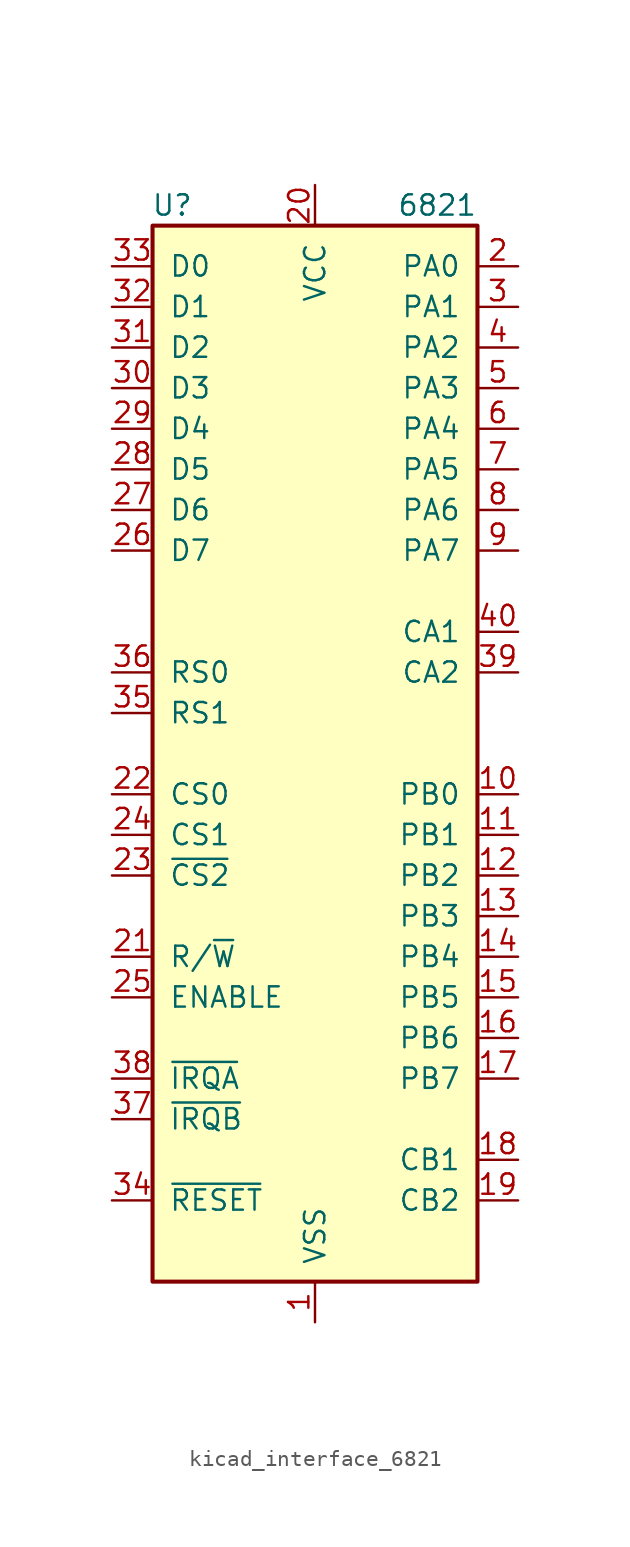
<source format=kicad_sym>
(kicad_symbol_lib
  (version 20220914)
  (generator kicad_symbol_editor)
  (symbol "kicad_interface_6821"
    (pin_names
      (offset 1.016))
    (property "Reference" "U"
      (at -7.62 34.29 0)
      (effects (font (size 1.27 1.27)) (justify right)))
    (property "Value" "6821"
      (at 10.16 34.29 0)
      (effects (font (size 1.27 1.27)) (justify right)))
    (symbol "kicad_interface_6821_0_1"
      (rectangle (start -10.16 -33.02) (end 10.16 33.02) (stroke (width 0.254) (type default)) (fill (type background))))
    (symbol "kicad_interface_6821_1_1"
      (pin power_in line (at 0 -35.56 90) (length 2.54) (name "VSS" (effects (font (size 1.27 1.27)))) (number "1" (effects (font (size 1.27 1.27)))))
      (pin bidirectional line (at 12.7 -2.54 180) (length 2.54) (name "PB0" (effects (font (size 1.27 1.27)))) (number "10" (effects (font (size 1.27 1.27)))))
      (pin bidirectional line (at 12.7 -5.08 180) (length 2.54) (name "PB1" (effects (font (size 1.27 1.27)))) (number "11" (effects (font (size 1.27 1.27)))))
      (pin bidirectional line (at 12.7 -7.62 180) (length 2.54) (name "PB2" (effects (font (size 1.27 1.27)))) (number "12" (effects (font (size 1.27 1.27)))))
      (pin bidirectional line (at 12.7 -10.16 180) (length 2.54) (name "PB3" (effects (font (size 1.27 1.27)))) (number "13" (effects (font (size 1.27 1.27)))))
      (pin bidirectional line (at 12.7 -12.7 180) (length 2.54) (name "PB4" (effects (font (size 1.27 1.27)))) (number "14" (effects (font (size 1.27 1.27)))))
      (pin bidirectional line (at 12.7 -15.24 180) (length 2.54) (name "PB5" (effects (font (size 1.27 1.27)))) (number "15" (effects (font (size 1.27 1.27)))))
      (pin bidirectional line (at 12.7 -17.78 180) (length 2.54) (name "PB6" (effects (font (size 1.27 1.27)))) (number "16" (effects (font (size 1.27 1.27)))))
      (pin bidirectional line (at 12.7 -20.32 180) (length 2.54) (name "PB7" (effects (font (size 1.27 1.27)))) (number "17" (effects (font (size 1.27 1.27)))))
      (pin input line (at 12.7 -25.4 180) (length 2.54) (name "CB1" (effects (font (size 1.27 1.27)))) (number "18" (effects (font (size 1.27 1.27)))))
      (pin bidirectional line (at 12.7 -27.94 180) (length 2.54) (name "CB2" (effects (font (size 1.27 1.27)))) (number "19" (effects (font (size 1.27 1.27)))))
      (pin bidirectional line (at 12.7 30.48 180) (length 2.54) (name "PA0" (effects (font (size 1.27 1.27)))) (number "2" (effects (font (size 1.27 1.27)))))
      (pin power_in line (at 0 35.56 270) (length 2.54) (name "VCC" (effects (font (size 1.27 1.27)))) (number "20" (effects (font (size 1.27 1.27)))))
      (pin input line (at -12.7 -12.7 0) (length 2.54) (name "R/~{W}" (effects (font (size 1.27 1.27)))) (number "21" (effects (font (size 1.27 1.27)))))
      (pin input line (at -12.7 -2.54 0) (length 2.54) (name "CS0" (effects (font (size 1.27 1.27)))) (number "22" (effects (font (size 1.27 1.27)))))
      (pin input line (at -12.7 -7.62 0) (length 2.54) (name "~{CS2}" (effects (font (size 1.27 1.27)))) (number "23" (effects (font (size 1.27 1.27)))))
      (pin input line (at -12.7 -5.08 0) (length 2.54) (name "CS1" (effects (font (size 1.27 1.27)))) (number "24" (effects (font (size 1.27 1.27)))))
      (pin input line (at -12.7 -15.24 0) (length 2.54) (name "ENABLE" (effects (font (size 1.27 1.27)))) (number "25" (effects (font (size 1.27 1.27)))))
      (pin bidirectional line (at -12.7 12.7 0) (length 2.54) (name "D7" (effects (font (size 1.27 1.27)))) (number "26" (effects (font (size 1.27 1.27)))))
      (pin bidirectional line (at -12.7 15.24 0) (length 2.54) (name "D6" (effects (font (size 1.27 1.27)))) (number "27" (effects (font (size 1.27 1.27)))))
      (pin bidirectional line (at -12.7 17.78 0) (length 2.54) (name "D5" (effects (font (size 1.27 1.27)))) (number "28" (effects (font (size 1.27 1.27)))))
      (pin bidirectional line (at -12.7 20.32 0) (length 2.54) (name "D4" (effects (font (size 1.27 1.27)))) (number "29" (effects (font (size 1.27 1.27)))))
      (pin bidirectional line (at 12.7 27.94 180) (length 2.54) (name "PA1" (effects (font (size 1.27 1.27)))) (number "3" (effects (font (size 1.27 1.27)))))
      (pin bidirectional line (at -12.7 22.86 0) (length 2.54) (name "D3" (effects (font (size 1.27 1.27)))) (number "30" (effects (font (size 1.27 1.27)))))
      (pin bidirectional line (at -12.7 25.4 0) (length 2.54) (name "D2" (effects (font (size 1.27 1.27)))) (number "31" (effects (font (size 1.27 1.27)))))
      (pin bidirectional line (at -12.7 27.94 0) (length 2.54) (name "D1" (effects (font (size 1.27 1.27)))) (number "32" (effects (font (size 1.27 1.27)))))
      (pin bidirectional line (at -12.7 30.48 0) (length 2.54) (name "D0" (effects (font (size 1.27 1.27)))) (number "33" (effects (font (size 1.27 1.27)))))
      (pin input line (at -12.7 -27.94 0) (length 2.54) (name "~{RESET}" (effects (font (size 1.27 1.27)))) (number "34" (effects (font (size 1.27 1.27)))))
      (pin input line (at -12.7 2.54 0) (length 2.54) (name "RS1" (effects (font (size 1.27 1.27)))) (number "35" (effects (font (size 1.27 1.27)))))
      (pin input line (at -12.7 5.08 0) (length 2.54) (name "RS0" (effects (font (size 1.27 1.27)))) (number "36" (effects (font (size 1.27 1.27)))))
      (pin open_collector line (at -12.7 -22.86 0) (length 2.54) (name "~{IRQB}" (effects (font (size 1.27 1.27)))) (number "37" (effects (font (size 1.27 1.27)))))
      (pin open_collector line (at -12.7 -20.32 0) (length 2.54) (name "~{IRQA}" (effects (font (size 1.27 1.27)))) (number "38" (effects (font (size 1.27 1.27)))))
      (pin bidirectional line (at 12.7 5.08 180) (length 2.54) (name "CA2" (effects (font (size 1.27 1.27)))) (number "39" (effects (font (size 1.27 1.27)))))
      (pin bidirectional line (at 12.7 25.4 180) (length 2.54) (name "PA2" (effects (font (size 1.27 1.27)))) (number "4" (effects (font (size 1.27 1.27)))))
      (pin input line (at 12.7 7.62 180) (length 2.54) (name "CA1" (effects (font (size 1.27 1.27)))) (number "40" (effects (font (size 1.27 1.27)))))
      (pin bidirectional line (at 12.7 22.86 180) (length 2.54) (name "PA3" (effects (font (size 1.27 1.27)))) (number "5" (effects (font (size 1.27 1.27)))))
      (pin bidirectional line (at 12.7 20.32 180) (length 2.54) (name "PA4" (effects (font (size 1.27 1.27)))) (number "6" (effects (font (size 1.27 1.27)))))
      (pin bidirectional line (at 12.7 17.78 180) (length 2.54) (name "PA5" (effects (font (size 1.27 1.27)))) (number "7" (effects (font (size 1.27 1.27)))))
      (pin bidirectional line (at 12.7 15.24 180) (length 2.54) (name "PA6" (effects (font (size 1.27 1.27)))) (number "8" (effects (font (size 1.27 1.27)))))
      (pin bidirectional line (at 12.7 12.7 180) (length 2.54) (name "PA7" (effects (font (size 1.27 1.27)))) (number "9" (effects (font (size 1.27 1.27))))))))
</source>
